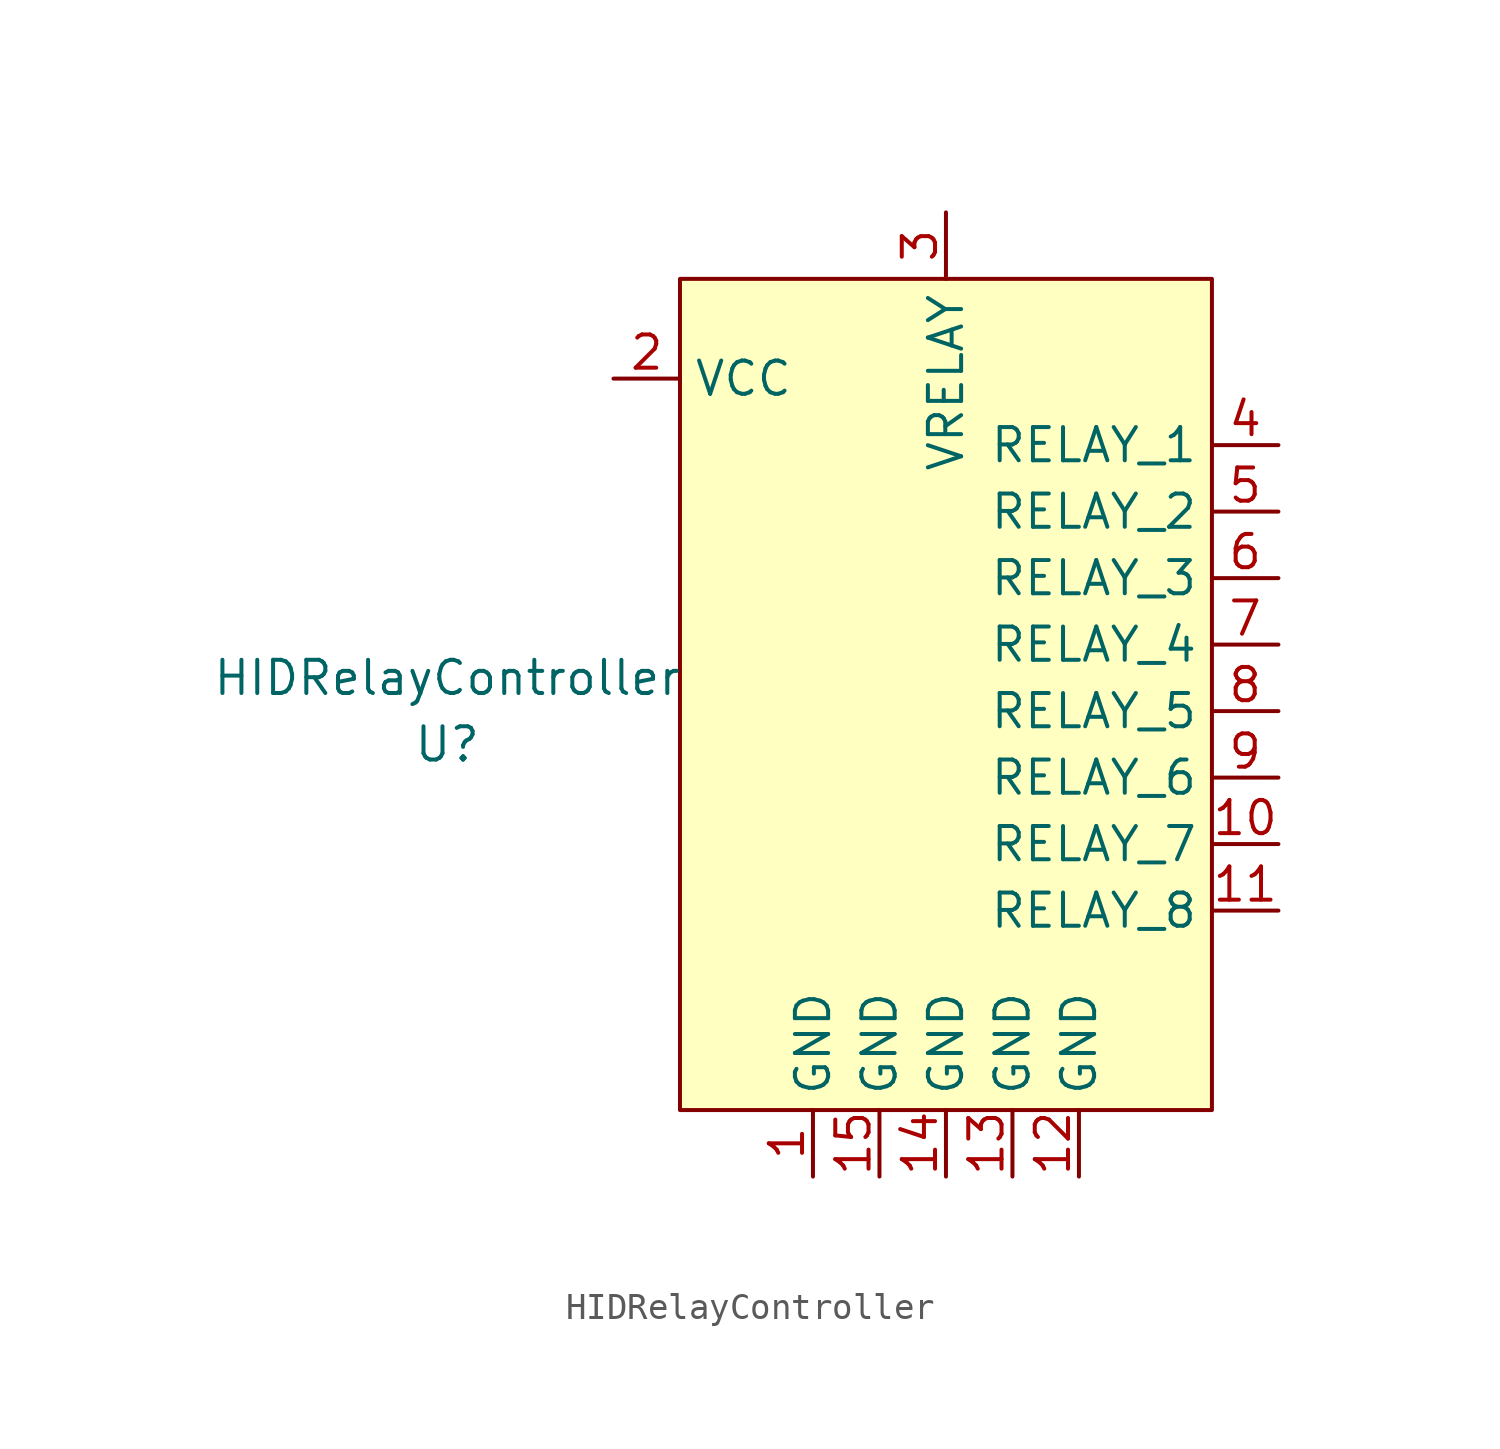
<source format=kicad_sym>
(kicad_symbol_lib
  (version 20211014)
  (generator kicad_symbol_editor)
  (symbol "HIDRelayController"
    (property "Reference" "U"
      (at -17.78 -15.24 0)
      (effects (font (size 1.27 1.27))))
    (property "Value" "HIDRelayController"
      (at -17.78 -12.7 0)
      (effects (font (size 1.27 1.27))))
    (symbol "HIDRelayController_0_1"
      (rectangle (start -8.89 2.54) (end 11.43 -29.21) (stroke (width 0) (type default) (color 0 0 0 0)) (fill (type background))))
    (symbol "HIDRelayController_1_1"
      (pin passive line (at -3.81 -31.75 90) (length 2.54) (name "GND" (effects (font (size 1.27 1.27)))) (number "1" (effects (font (size 1.27 1.27)))))
      (pin output line (at 13.97 -19.05 180) (length 2.54) (name "RELAY_7" (effects (font (size 1.27 1.27)))) (number "10" (effects (font (size 1.27 1.27)))))
      (pin output line (at 13.97 -21.59 180) (length 2.54) (name "RELAY_8" (effects (font (size 1.27 1.27)))) (number "11" (effects (font (size 1.27 1.27)))))
      (pin passive line (at 6.35 -31.75 90) (length 2.54) (name "GND" (effects (font (size 1.27 1.27)))) (number "12" (effects (font (size 1.27 1.27)))))
      (pin passive line (at 3.81 -31.75 90) (length 2.54) (name "GND" (effects (font (size 1.27 1.27)))) (number "13" (effects (font (size 1.27 1.27)))))
      (pin passive line (at 1.27 -31.75 90) (length 2.54) (name "GND" (effects (font (size 1.27 1.27)))) (number "14" (effects (font (size 1.27 1.27)))))
      (pin passive line (at -1.27 -31.75 90) (length 2.54) (name "GND" (effects (font (size 1.27 1.27)))) (number "15" (effects (font (size 1.27 1.27)))))
      (pin bidirectional line (at -11.43 -1.27 0) (length 2.54) (name "VCC" (effects (font (size 1.27 1.27)))) (number "2" (effects (font (size 1.27 1.27)))))
      (pin power_in line (at 1.27 5.08 270) (length 2.54) (name "VRELAY" (effects (font (size 1.27 1.27)))) (number "3" (effects (font (size 1.27 1.27)))))
      (pin output line (at 13.97 -3.81 180) (length 2.54) (name "RELAY_1" (effects (font (size 1.27 1.27)))) (number "4" (effects (font (size 1.27 1.27)))))
      (pin output line (at 13.97 -6.35 180) (length 2.54) (name "RELAY_2" (effects (font (size 1.27 1.27)))) (number "5" (effects (font (size 1.27 1.27)))))
      (pin output line (at 13.97 -8.89 180) (length 2.54) (name "RELAY_3" (effects (font (size 1.27 1.27)))) (number "6" (effects (font (size 1.27 1.27)))))
      (pin output line (at 13.97 -11.43 180) (length 2.54) (name "RELAY_4" (effects (font (size 1.27 1.27)))) (number "7" (effects (font (size 1.27 1.27)))))
      (pin output line (at 13.97 -13.97 180) (length 2.54) (name "RELAY_5" (effects (font (size 1.27 1.27)))) (number "8" (effects (font (size 1.27 1.27)))))
      (pin output line (at 13.97 -16.51 180) (length 2.54) (name "RELAY_6" (effects (font (size 1.27 1.27)))) (number "9" (effects (font (size 1.27 1.27))))))))
</source>
